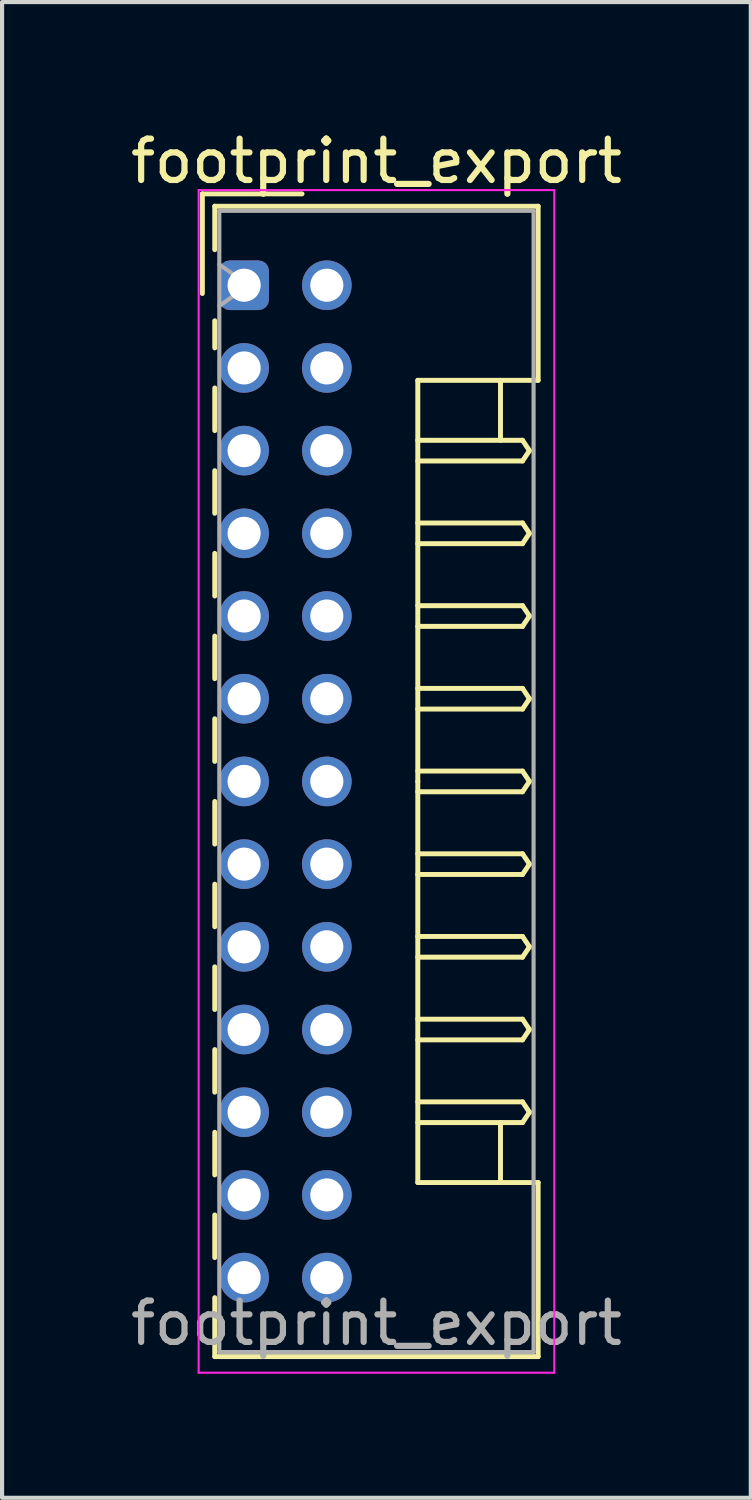
<source format=kicad_pcb>
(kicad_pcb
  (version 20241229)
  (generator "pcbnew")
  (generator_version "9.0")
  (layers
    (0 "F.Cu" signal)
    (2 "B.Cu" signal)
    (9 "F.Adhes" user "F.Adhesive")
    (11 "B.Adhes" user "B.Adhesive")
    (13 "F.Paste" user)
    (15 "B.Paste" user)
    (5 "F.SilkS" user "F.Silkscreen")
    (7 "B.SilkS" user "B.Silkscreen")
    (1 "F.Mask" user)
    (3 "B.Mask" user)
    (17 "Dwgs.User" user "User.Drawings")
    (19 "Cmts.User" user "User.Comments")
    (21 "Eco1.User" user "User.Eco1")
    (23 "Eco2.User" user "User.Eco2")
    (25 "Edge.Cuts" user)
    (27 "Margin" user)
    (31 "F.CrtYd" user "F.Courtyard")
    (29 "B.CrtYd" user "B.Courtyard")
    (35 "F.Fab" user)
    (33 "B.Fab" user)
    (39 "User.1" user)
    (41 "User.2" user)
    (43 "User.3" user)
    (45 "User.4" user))
  (footprint "footprint_export"
    (layer "F.Cu")
    (at 2.854 3.848)
    (property "Reference" "footprint_export" (at 3.2 -3 0) (layer "F.SilkS") (effects (font (size 1 1) (thickness 0.15))))
    (attr through_hole)
    (fp_line (start -1.01 -2.21) (end -1.01 0.2) (stroke (width 0.12) (type solid)) (layer "F.SilkS"))
    (fp_line (start -0.71 -1.91) (end -0.71 -0.86) (stroke (width 0.12) (type solid)) (layer "F.SilkS"))
    (fp_line (start -0.71 -1.91) (end 7.11 -1.91) (stroke (width 0.12) (type solid)) (layer "F.SilkS"))
    (fp_line (start -0.71 0.86) (end -0.71 1.515) (stroke (width 0.12) (type solid)) (layer "F.SilkS"))
    (fp_line (start -0.71 2.485) (end -0.71 3.515) (stroke (width 0.12) (type solid)) (layer "F.SilkS"))
    (fp_line (start -0.71 4.485) (end -0.71 5.515) (stroke (width 0.12) (type solid)) (layer "F.SilkS"))
    (fp_line (start -0.71 6.485) (end -0.71 7.515) (stroke (width 0.12) (type solid)) (layer "F.SilkS"))
    (fp_line (start -0.71 8.485) (end -0.71 9.515) (stroke (width 0.12) (type solid)) (layer "F.SilkS"))
    (fp_line (start -0.71 10.485) (end -0.71 11.515) (stroke (width 0.12) (type solid)) (layer "F.SilkS"))
    (fp_line (start -0.71 12.485) (end -0.71 13.515) (stroke (width 0.12) (type solid)) (layer "F.SilkS"))
    (fp_line (start -0.71 14.485) (end -0.71 15.515) (stroke (width 0.12) (type solid)) (layer "F.SilkS"))
    (fp_line (start -0.71 16.485) (end -0.71 17.515) (stroke (width 0.12) (type solid)) (layer "F.SilkS"))
    (fp_line (start -0.71 18.485) (end -0.71 19.515) (stroke (width 0.12) (type solid)) (layer "F.SilkS"))
    (fp_line (start -0.71 20.485) (end -0.71 21.515) (stroke (width 0.12) (type solid)) (layer "F.SilkS"))
    (fp_line (start -0.71 22.485) (end -0.71 23.515) (stroke (width 0.12) (type solid)) (layer "F.SilkS"))
    (fp_line (start -0.71 24.485) (end -0.71 25.91) (stroke (width 0.12) (type solid)) (layer "F.SilkS"))
    (fp_line (start -0.71 25.91) (end 7.11 25.91) (stroke (width 0.12) (type solid)) (layer "F.SilkS"))
    (fp_line (start 1.4 -2.21) (end -1.01 -2.21) (stroke (width 0.12) (type solid)) (layer "F.SilkS"))
    (fp_line (start 4.2 2.3) (end 4.2 12) (stroke (width 0.12) (type solid)) (layer "F.SilkS"))
    (fp_line (start 4.2 3.75) (end 6.733 3.75) (stroke (width 0.12) (type solid)) (layer "F.SilkS"))
    (fp_line (start 4.2 5.75) (end 6.733 5.75) (stroke (width 0.12) (type solid)) (layer "F.SilkS"))
    (fp_line (start 4.2 7.75) (end 6.733 7.75) (stroke (width 0.12) (type solid)) (layer "F.SilkS"))
    (fp_line (start 4.2 9.75) (end 6.733 9.75) (stroke (width 0.12) (type solid)) (layer "F.SilkS"))
    (fp_line (start 4.2 11.75) (end 6.733 11.75) (stroke (width 0.12) (type solid)) (layer "F.SilkS"))
    (fp_line (start 4.2 13.75) (end 6.733 13.75) (stroke (width 0.12) (type solid)) (layer "F.SilkS"))
    (fp_line (start 4.2 15.75) (end 6.733 15.75) (stroke (width 0.12) (type solid)) (layer "F.SilkS"))
    (fp_line (start 4.2 17.75) (end 6.733 17.75) (stroke (width 0.12) (type solid)) (layer "F.SilkS"))
    (fp_line (start 4.2 19.75) (end 6.733 19.75) (stroke (width 0.12) (type solid)) (layer "F.SilkS"))
    (fp_line (start 4.2 21.7) (end 4.2 12) (stroke (width 0.12) (type solid)) (layer "F.SilkS"))
    (fp_line (start 6.2 2.3) (end 6.2 3.75) (stroke (width 0.12) (type solid)) (layer "F.SilkS"))
    (fp_line (start 6.2 21.7) (end 6.2 20.25) (stroke (width 0.12) (type solid)) (layer "F.SilkS"))
    (fp_line (start 6.733 3.75) (end 6.9 4) (stroke (width 0.12) (type solid)) (layer "F.SilkS"))
    (fp_line (start 6.733 4.25) (end 4.2 4.25) (stroke (width 0.12) (type solid)) (layer "F.SilkS"))
    (fp_line (start 6.733 5.75) (end 6.9 6) (stroke (width 0.12) (type solid)) (layer "F.SilkS"))
    (fp_line (start 6.733 6.25) (end 4.2 6.25) (stroke (width 0.12) (type solid)) (layer "F.SilkS"))
    (fp_line (start 6.733 7.75) (end 6.9 8) (stroke (width 0.12) (type solid)) (layer "F.SilkS"))
    (fp_line (start 6.733 8.25) (end 4.2 8.25) (stroke (width 0.12) (type solid)) (layer "F.SilkS"))
    (fp_line (start 6.733 9.75) (end 6.9 10) (stroke (width 0.12) (type solid)) (layer "F.SilkS"))
    (fp_line (start 6.733 10.25) (end 4.2 10.25) (stroke (width 0.12) (type solid)) (layer "F.SilkS"))
    (fp_line (start 6.733 11.75) (end 6.9 12) (stroke (width 0.12) (type solid)) (layer "F.SilkS"))
    (fp_line (start 6.733 12.25) (end 4.2 12.25) (stroke (width 0.12) (type solid)) (layer "F.SilkS"))
    (fp_line (start 6.733 13.75) (end 6.9 14) (stroke (width 0.12) (type solid)) (layer "F.SilkS"))
    (fp_line (start 6.733 14.25) (end 4.2 14.25) (stroke (width 0.12) (type solid)) (layer "F.SilkS"))
    (fp_line (start 6.733 15.75) (end 6.9 16) (stroke (width 0.12) (type solid)) (layer "F.SilkS"))
    (fp_line (start 6.733 16.25) (end 4.2 16.25) (stroke (width 0.12) (type solid)) (layer "F.SilkS"))
    (fp_line (start 6.733 17.75) (end 6.9 18) (stroke (width 0.12) (type solid)) (layer "F.SilkS"))
    (fp_line (start 6.733 18.25) (end 4.2 18.25) (stroke (width 0.12) (type solid)) (layer "F.SilkS"))
    (fp_line (start 6.733 19.75) (end 6.9 20) (stroke (width 0.12) (type solid)) (layer "F.SilkS"))
    (fp_line (start 6.733 20.25) (end 4.2 20.25) (stroke (width 0.12) (type solid)) (layer "F.SilkS"))
    (fp_line (start 6.9 4) (end 6.733 4.25) (stroke (width 0.12) (type solid)) (layer "F.SilkS"))
    (fp_line (start 6.9 6) (end 6.733 6.25) (stroke (width 0.12) (type solid)) (layer "F.SilkS"))
    (fp_line (start 6.9 8) (end 6.733 8.25) (stroke (width 0.12) (type solid)) (layer "F.SilkS"))
    (fp_line (start 6.9 10) (end 6.733 10.25) (stroke (width 0.12) (type solid)) (layer "F.SilkS"))
    (fp_line (start 6.9 12) (end 6.733 12.25) (stroke (width 0.12) (type solid)) (layer "F.SilkS"))
    (fp_line (start 6.9 14) (end 6.733 14.25) (stroke (width 0.12) (type solid)) (layer "F.SilkS"))
    (fp_line (start 6.9 16) (end 6.733 16.25) (stroke (width 0.12) (type solid)) (layer "F.SilkS"))
    (fp_line (start 6.9 18) (end 6.733 18.25) (stroke (width 0.12) (type solid)) (layer "F.SilkS"))
    (fp_line (start 6.9 20) (end 6.733 20.25) (stroke (width 0.12) (type solid)) (layer "F.SilkS"))
    (fp_line (start 7.11 -1.91) (end 7.11 2.3) (stroke (width 0.12) (type solid)) (layer "F.SilkS"))
    (fp_line (start 7.11 2.3) (end 4.2 2.3) (stroke (width 0.12) (type solid)) (layer "F.SilkS"))
    (fp_line (start 7.11 21.7) (end 4.2 21.7) (stroke (width 0.12) (type solid)) (layer "F.SilkS"))
    (fp_line (start 7.11 25.91) (end 7.11 21.7) (stroke (width 0.12) (type solid)) (layer "F.SilkS"))
    (fp_line (start -1.1 -2.3) (end -1.1 26.3) (stroke (width 0.05) (type solid)) (layer "F.CrtYd"))
    (fp_line (start -1.1 26.3) (end 7.5 26.3) (stroke (width 0.05) (type solid)) (layer "F.CrtYd"))
    (fp_line (start 7.5 -2.3) (end -1.1 -2.3) (stroke (width 0.05) (type solid)) (layer "F.CrtYd"))
    (fp_line (start 7.5 26.3) (end 7.5 -2.3) (stroke (width 0.05) (type solid)) (layer "F.CrtYd"))
    (fp_line (start -0.6 -1.8) (end -0.6 25.8) (stroke (width 0.1) (type solid)) (layer "F.Fab"))
    (fp_line (start -0.6 0.5) (end 0.107 0) (stroke (width 0.1) (type solid)) (layer "F.Fab"))
    (fp_line (start -0.6 25.8) (end 7 25.8) (stroke (width 0.1) (type solid)) (layer "F.Fab"))
    (fp_line (start 0.107 0) (end -0.6 -0.5) (stroke (width 0.1) (type solid)) (layer "F.Fab"))
    (fp_line (start 7 -1.8) (end -0.6 -1.8) (stroke (width 0.1) (type solid)) (layer "F.Fab"))
    (fp_line (start 7 25.8) (end 7 -1.8) (stroke (width 0.1) (type solid)) (layer "F.Fab"))
    (fp_text user "${REFERENCE}" (at 3.2 25.1 0) (layer "F.Fab") (effects (font (size 1 1) (thickness 0.15))))
    (pad "a1" thru_hole roundrect (at 0 0) (size 1.2 1.2) (drill 0.8) (layers "*.Cu" "*.Mask") (roundrect_rratio 0.208))
    (pad "a2" thru_hole circle (at 0 2) (size 1.2 1.2) (drill 0.8) (layers "*.Cu" "*.Mask"))
    (pad "a3" thru_hole circle (at 0 4) (size 1.2 1.2) (drill 0.8) (layers "*.Cu" "*.Mask"))
    (pad "a4" thru_hole circle (at 0 6) (size 1.2 1.2) (drill 0.8) (layers "*.Cu" "*.Mask"))
    (pad "a5" thru_hole circle (at 0 8) (size 1.2 1.2) (drill 0.8) (layers "*.Cu" "*.Mask"))
    (pad "a6" thru_hole circle (at 0 10) (size 1.2 1.2) (drill 0.8) (layers "*.Cu" "*.Mask"))
    (pad "a7" thru_hole circle (at 0 12) (size 1.2 1.2) (drill 0.8) (layers "*.Cu" "*.Mask"))
    (pad "a8" thru_hole circle (at 0 14) (size 1.2 1.2) (drill 0.8) (layers "*.Cu" "*.Mask"))
    (pad "a9" thru_hole circle (at 0 16) (size 1.2 1.2) (drill 0.8) (layers "*.Cu" "*.Mask"))
    (pad "a10" thru_hole circle (at 0 18) (size 1.2 1.2) (drill 0.8) (layers "*.Cu" "*.Mask"))
    (pad "a11" thru_hole circle (at 0 20) (size 1.2 1.2) (drill 0.8) (layers "*.Cu" "*.Mask"))
    (pad "a12" thru_hole circle (at 0 22) (size 1.2 1.2) (drill 0.8) (layers "*.Cu" "*.Mask"))
    (pad "a13" thru_hole circle (at 0 24) (size 1.2 1.2) (drill 0.8) (layers "*.Cu" "*.Mask"))
    (pad "b1" thru_hole circle (at 2 0) (size 1.2 1.2) (drill 0.8) (layers "*.Cu" "*.Mask"))
    (pad "b2" thru_hole circle (at 2 2) (size 1.2 1.2) (drill 0.8) (layers "*.Cu" "*.Mask"))
    (pad "b3" thru_hole circle (at 2 4) (size 1.2 1.2) (drill 0.8) (layers "*.Cu" "*.Mask"))
    (pad "b4" thru_hole circle (at 2 6) (size 1.2 1.2) (drill 0.8) (layers "*.Cu" "*.Mask"))
    (pad "b5" thru_hole circle (at 2 8) (size 1.2 1.2) (drill 0.8) (layers "*.Cu" "*.Mask"))
    (pad "b6" thru_hole circle (at 2 10) (size 1.2 1.2) (drill 0.8) (layers "*.Cu" "*.Mask"))
    (pad "b7" thru_hole circle (at 2 12) (size 1.2 1.2) (drill 0.8) (layers "*.Cu" "*.Mask"))
    (pad "b8" thru_hole circle (at 2 14) (size 1.2 1.2) (drill 0.8) (layers "*.Cu" "*.Mask"))
    (pad "b9" thru_hole circle (at 2 16) (size 1.2 1.2) (drill 0.8) (layers "*.Cu" "*.Mask"))
    (pad "b10" thru_hole circle (at 2 18) (size 1.2 1.2) (drill 0.8) (layers "*.Cu" "*.Mask"))
    (pad "b11" thru_hole circle (at 2 20) (size 1.2 1.2) (drill 0.8) (layers "*.Cu" "*.Mask"))
    (pad "b12" thru_hole circle (at 2 22) (size 1.2 1.2) (drill 0.8) (layers "*.Cu" "*.Mask"))
    (pad "b13" thru_hole circle (at 2 24) (size 1.2 1.2) (drill 0.8) (layers "*.Cu" "*.Mask")))
  (gr_rect
    (start -3 -3)
    (end 15.107 33.173)
    (stroke (width 0.1) (type default))
    (fill no)
    (layer "Edge.Cuts")))
</source>
